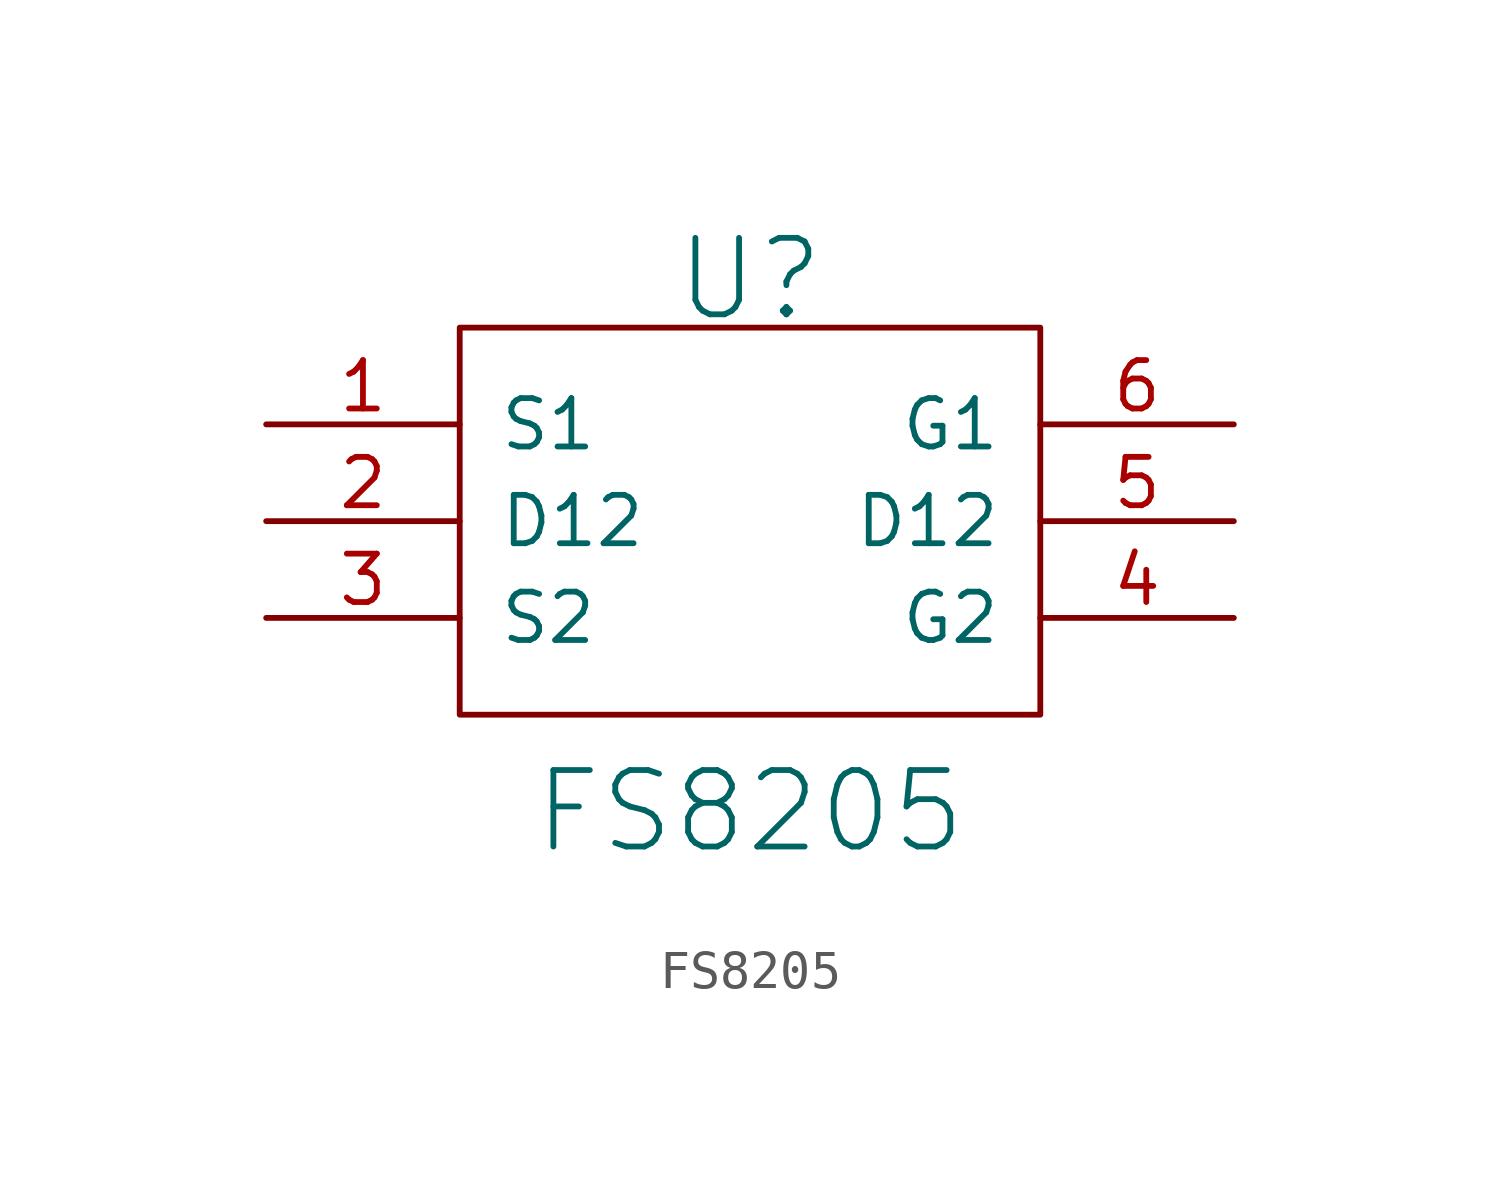
<source format=kicad_sym>
(kicad_symbol_lib
  (version 20220914)
  (generator kicad_symbol_editor)
  (symbol "FS8205"
    (pin_names
      (offset 1.016))
    (property "Reference" "U"
      (at 0 6.35 0)
      (effects (font (size 2.007 2.007))))
    (property "Value" "FS8205"
      (at 0 -7.62 0)
      (effects (font (size 2.007 2.007))))
    (symbol "FS8205_0_1"
      (rectangle (start -7.62 -5.08) (end 7.62 5.08) (stroke (width 0) (type solid)) (fill (type none))))
    (symbol "FS8205_1_1"
      (pin bidirectional line (at -12.7 2.54 0) (length 5.08) (name "S1" (effects (font (size 1.27 1.27)))) (number "1" (effects (font (size 1.27 1.27)))))
      (pin bidirectional line (at -12.7 0 0) (length 5.08) (name "D12" (effects (font (size 1.27 1.27)))) (number "2" (effects (font (size 1.27 1.27)))))
      (pin bidirectional line (at -12.7 -2.54 0) (length 5.08) (name "S2" (effects (font (size 1.27 1.27)))) (number "3" (effects (font (size 1.27 1.27)))))
      (pin input line (at 12.7 -2.54 180) (length 5.08) (name "G2" (effects (font (size 1.27 1.27)))) (number "4" (effects (font (size 1.27 1.27)))))
      (pin bidirectional line (at 12.7 0 180) (length 5.08) (name "D12" (effects (font (size 1.27 1.27)))) (number "5" (effects (font (size 1.27 1.27)))))
      (pin input line (at 12.7 2.54 180) (length 5.08) (name "G1" (effects (font (size 1.27 1.27)))) (number "6" (effects (font (size 1.27 1.27))))))))
</source>
